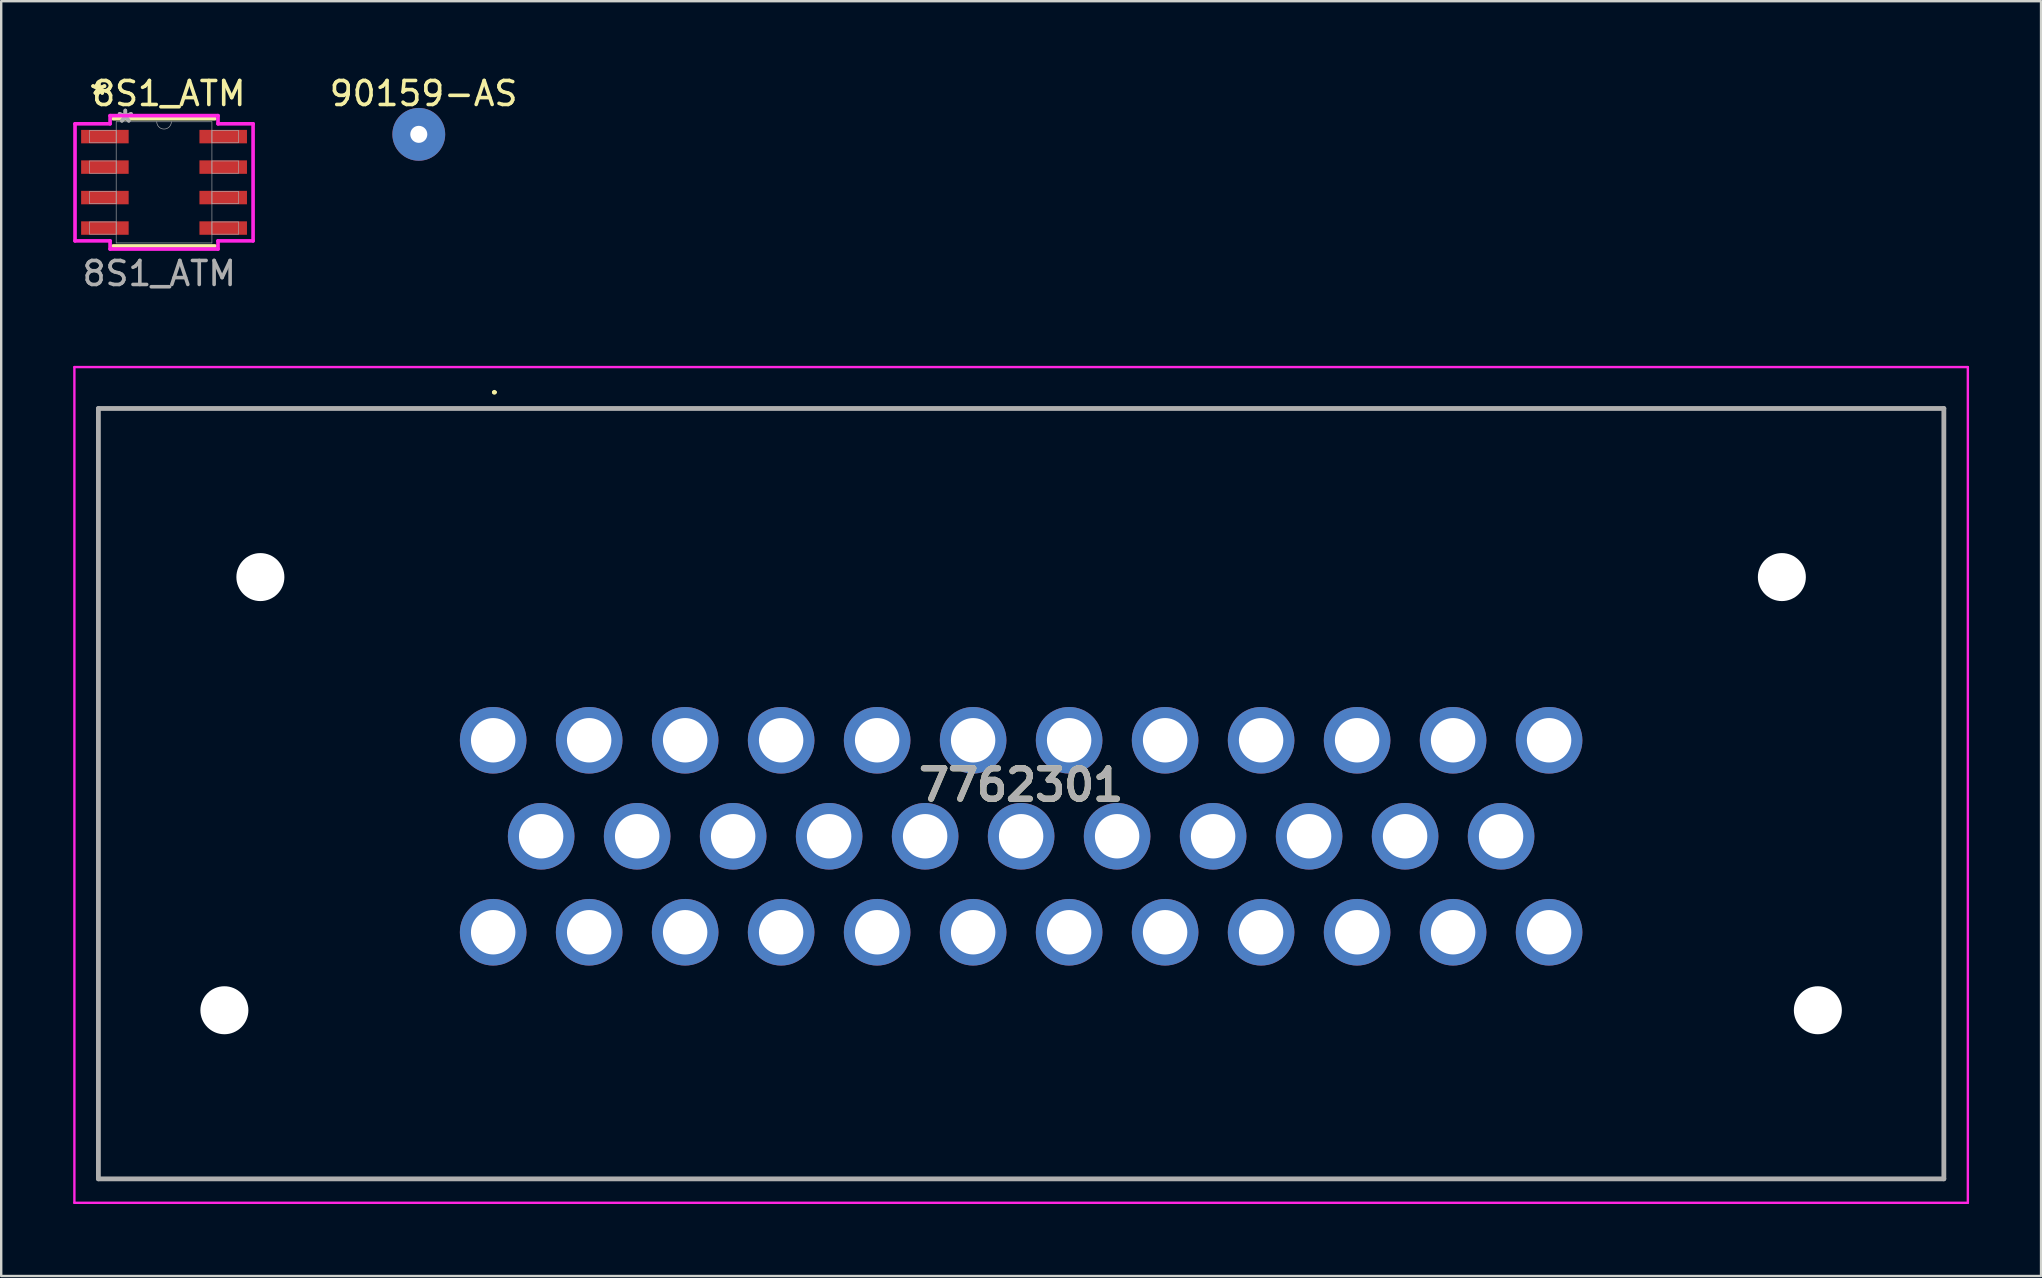
<source format=kicad_pcb>
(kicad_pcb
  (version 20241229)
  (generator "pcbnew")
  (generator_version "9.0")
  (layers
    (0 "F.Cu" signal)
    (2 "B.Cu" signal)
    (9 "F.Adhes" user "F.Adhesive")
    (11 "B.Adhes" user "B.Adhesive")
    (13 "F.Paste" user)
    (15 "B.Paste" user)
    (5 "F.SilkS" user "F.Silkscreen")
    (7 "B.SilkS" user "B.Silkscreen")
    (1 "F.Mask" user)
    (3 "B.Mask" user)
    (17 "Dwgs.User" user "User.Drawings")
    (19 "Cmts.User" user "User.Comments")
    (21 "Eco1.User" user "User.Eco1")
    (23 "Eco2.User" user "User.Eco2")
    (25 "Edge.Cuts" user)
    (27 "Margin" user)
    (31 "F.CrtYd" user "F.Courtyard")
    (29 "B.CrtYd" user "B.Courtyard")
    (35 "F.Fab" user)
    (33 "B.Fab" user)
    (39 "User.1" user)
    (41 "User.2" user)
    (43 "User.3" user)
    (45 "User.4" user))
  (footprint "7762301"
    (layer "F.Cu")
    (at 17.5 27.797)
    (property "Reference" "7762301" (at 22 1.862 0) (layer "F.SilkS") (effects (font (size 1.27 1.27) (thickness 0.254))))
    (attr through_hole)
    (fp_line (start -16.45 -13.825) (end 60.45 -13.825) (stroke (width 0.1) (type solid)) (layer "F.SilkS"))
    (fp_line (start -16.45 18.275) (end -16.45 -13.825) (stroke (width 0.1) (type solid)) (layer "F.SilkS"))
    (fp_line (start 0 -14.5) (end 0 -14.5) (stroke (width 0.1) (type solid)) (layer "F.SilkS"))
    (fp_line (start 0.1 -14.5) (end 0.1 -14.5) (stroke (width 0.1) (type solid)) (layer "F.SilkS"))
    (fp_line (start 60.45 -13.825) (end 60.45 18.275) (stroke (width 0.1) (type solid)) (layer "F.SilkS"))
    (fp_line (start 60.45 18.275) (end -16.45 18.275) (stroke (width 0.1) (type solid)) (layer "F.SilkS"))
    (fp_arc (start 0 -14.5) (mid 0.05 -14.55) (end 0.1 -14.5) (stroke (width 0.1) (type solid)) (layer "F.SilkS"))
    (fp_arc (start 0.1 -14.5) (mid 0.05 -14.45) (end 0 -14.5) (stroke (width 0.1) (type solid)) (layer "F.SilkS"))
    (fp_line (start -17.45 -15.55) (end 61.45 -15.55) (stroke (width 0.1) (type solid)) (layer "F.CrtYd"))
    (fp_line (start -17.45 19.275) (end -17.45 -15.55) (stroke (width 0.1) (type solid)) (layer "F.CrtYd"))
    (fp_line (start 61.45 -15.55) (end 61.45 19.275) (stroke (width 0.1) (type solid)) (layer "F.CrtYd"))
    (fp_line (start 61.45 19.275) (end -17.45 19.275) (stroke (width 0.1) (type solid)) (layer "F.CrtYd"))
    (fp_line (start -16.45 -13.825) (end 60.45 -13.825) (stroke (width 0.2) (type solid)) (layer "F.Fab"))
    (fp_line (start -16.45 18.275) (end -16.45 -13.825) (stroke (width 0.2) (type solid)) (layer "F.Fab"))
    (fp_line (start 60.45 -13.825) (end 60.45 18.275) (stroke (width 0.2) (type solid)) (layer "F.Fab"))
    (fp_line (start 60.45 18.275) (end -16.45 18.275) (stroke (width 0.2) (type solid)) (layer "F.Fab"))
    (fp_text user "${REFERENCE}" (at 22 1.862 0) (layer "F.Fab") (effects (font (size 1.27 1.27) (thickness 0.254))))
    (pad "" np_thru_hole circle (at -11.2 11.25) (size 2 2) (drill 2) (layers "*.Cu" "*.Mask"))
    (pad "" np_thru_hole circle (at -9.7 -6.8) (size 2 2) (drill 2) (layers "*.Cu" "*.Mask"))
    (pad "" np_thru_hole circle (at 53.7 -6.8) (size 2 2) (drill 2) (layers "*.Cu" "*.Mask"))
    (pad "" np_thru_hole circle (at 55.2 11.25) (size 2 2) (drill 2) (layers "*.Cu" "*.Mask"))
    (pad "1" thru_hole circle (at 0 0) (size 2.775 2.775) (drill 1.85) (layers "*.Cu" "*.Mask"))
    (pad "2" thru_hole circle (at 4 0) (size 2.775 2.775) (drill 1.85) (layers "*.Cu" "*.Mask"))
    (pad "3" thru_hole circle (at 8 0) (size 2.775 2.775) (drill 1.85) (layers "*.Cu" "*.Mask"))
    (pad "4" thru_hole circle (at 12 0) (size 2.775 2.775) (drill 1.85) (layers "*.Cu" "*.Mask"))
    (pad "5" thru_hole circle (at 16 0) (size 2.775 2.775) (drill 1.85) (layers "*.Cu" "*.Mask"))
    (pad "6" thru_hole circle (at 20 0) (size 2.775 2.775) (drill 1.85) (layers "*.Cu" "*.Mask"))
    (pad "7" thru_hole circle (at 24 0) (size 2.775 2.775) (drill 1.85) (layers "*.Cu" "*.Mask"))
    (pad "8" thru_hole circle (at 28 0) (size 2.775 2.775) (drill 1.85) (layers "*.Cu" "*.Mask"))
    (pad "9" thru_hole circle (at 32 0) (size 2.775 2.775) (drill 1.85) (layers "*.Cu" "*.Mask"))
    (pad "10" thru_hole circle (at 36 0) (size 2.775 2.775) (drill 1.85) (layers "*.Cu" "*.Mask"))
    (pad "11" thru_hole circle (at 40 0) (size 2.775 2.775) (drill 1.85) (layers "*.Cu" "*.Mask"))
    (pad "12" thru_hole circle (at 44 0) (size 2.775 2.775) (drill 1.85) (layers "*.Cu" "*.Mask"))
    (pad "13" thru_hole circle (at 2 4) (size 2.775 2.775) (drill 1.85) (layers "*.Cu" "*.Mask"))
    (pad "14" thru_hole circle (at 6 4) (size 2.775 2.775) (drill 1.85) (layers "*.Cu" "*.Mask"))
    (pad "15" thru_hole circle (at 10 4) (size 2.775 2.775) (drill 1.85) (layers "*.Cu" "*.Mask"))
    (pad "16" thru_hole circle (at 14 4) (size 2.775 2.775) (drill 1.85) (layers "*.Cu" "*.Mask"))
    (pad "17" thru_hole circle (at 18 4) (size 2.775 2.775) (drill 1.85) (layers "*.Cu" "*.Mask"))
    (pad "18" thru_hole circle (at 22 4) (size 2.775 2.775) (drill 1.85) (layers "*.Cu" "*.Mask"))
    (pad "19" thru_hole circle (at 26 4) (size 2.775 2.775) (drill 1.85) (layers "*.Cu" "*.Mask"))
    (pad "20" thru_hole circle (at 30 4) (size 2.775 2.775) (drill 1.85) (layers "*.Cu" "*.Mask"))
    (pad "21" thru_hole circle (at 34 4) (size 2.775 2.775) (drill 1.85) (layers "*.Cu" "*.Mask"))
    (pad "22" thru_hole circle (at 38 4) (size 2.775 2.775) (drill 1.85) (layers "*.Cu" "*.Mask"))
    (pad "23" thru_hole circle (at 42 4) (size 2.775 2.775) (drill 1.85) (layers "*.Cu" "*.Mask"))
    (pad "24" thru_hole circle (at 0 8) (size 2.775 2.775) (drill 1.85) (layers "*.Cu" "*.Mask"))
    (pad "25" thru_hole circle (at 4 8) (size 2.775 2.775) (drill 1.85) (layers "*.Cu" "*.Mask"))
    (pad "26" thru_hole circle (at 8 8) (size 2.775 2.775) (drill 1.85) (layers "*.Cu" "*.Mask"))
    (pad "27" thru_hole circle (at 12 8) (size 2.775 2.775) (drill 1.85) (layers "*.Cu" "*.Mask"))
    (pad "28" thru_hole circle (at 16 8) (size 2.775 2.775) (drill 1.85) (layers "*.Cu" "*.Mask"))
    (pad "29" thru_hole circle (at 20 8) (size 2.775 2.775) (drill 1.85) (layers "*.Cu" "*.Mask"))
    (pad "30" thru_hole circle (at 24 8) (size 2.775 2.775) (drill 1.85) (layers "*.Cu" "*.Mask"))
    (pad "31" thru_hole circle (at 28 8) (size 2.775 2.775) (drill 1.85) (layers "*.Cu" "*.Mask"))
    (pad "32" thru_hole circle (at 32 8) (size 2.775 2.775) (drill 1.85) (layers "*.Cu" "*.Mask"))
    (pad "33" thru_hole circle (at 36 8) (size 2.775 2.775) (drill 1.85) (layers "*.Cu" "*.Mask"))
    (pad "34" thru_hole circle (at 40 8) (size 2.775 2.775) (drill 1.85) (layers "*.Cu" "*.Mask"))
    (pad "35" thru_hole circle (at 44 8) (size 2.775 2.775) (drill 1.85) (layers "*.Cu" "*.Mask")))
  (footprint "8S1_ATM"
    (layer "F.Cu")
    (at 3.786 4.548)
    (property "Reference" "8S1_ATM" (at 0.2 -3.7 0) (unlocked yes) (layer "F.SilkS") (effects (font (size 1 1) (thickness 0.15))))
    (attr smd)
    (fp_line (start -2.122 2.652) (end 2.122 2.652) (stroke (width 0.152) (type solid)) (layer "F.SilkS"))
    (fp_line (start 2.122 -2.652) (end -2.122 -2.652) (stroke (width 0.152) (type solid)) (layer "F.SilkS"))
    (fp_line (start -3.71 -2.439) (end -2.249 -2.439) (stroke (width 0.152) (type solid)) (layer "F.CrtYd"))
    (fp_line (start -3.71 2.439) (end -3.71 -2.439) (stroke (width 0.152) (type solid)) (layer "F.CrtYd"))
    (fp_line (start -3.71 2.439) (end -2.249 2.439) (stroke (width 0.152) (type solid)) (layer "F.CrtYd"))
    (fp_line (start -2.249 -2.779) (end 2.249 -2.779) (stroke (width 0.152) (type solid)) (layer "F.CrtYd"))
    (fp_line (start -2.249 -2.439) (end -2.249 -2.779) (stroke (width 0.152) (type solid)) (layer "F.CrtYd"))
    (fp_line (start -2.249 2.779) (end -2.249 2.439) (stroke (width 0.152) (type solid)) (layer "F.CrtYd"))
    (fp_line (start 2.249 -2.779) (end 2.249 -2.439) (stroke (width 0.152) (type solid)) (layer "F.CrtYd"))
    (fp_line (start 2.249 2.439) (end 2.249 2.779) (stroke (width 0.152) (type solid)) (layer "F.CrtYd"))
    (fp_line (start 2.249 2.779) (end -2.249 2.779) (stroke (width 0.152) (type solid)) (layer "F.CrtYd"))
    (fp_line (start 3.71 -2.439) (end 2.249 -2.439) (stroke (width 0.152) (type solid)) (layer "F.CrtYd"))
    (fp_line (start 3.71 -2.439) (end 3.71 2.439) (stroke (width 0.152) (type solid)) (layer "F.CrtYd"))
    (fp_line (start 3.71 2.439) (end 2.249 2.439) (stroke (width 0.152) (type solid)) (layer "F.CrtYd"))
    (fp_line (start -3.1 -2.16) (end -3.1 -1.65) (stroke (width 0.025) (type solid)) (layer "F.Fab"))
    (fp_line (start -3.1 -1.65) (end -1.995 -1.65) (stroke (width 0.025) (type solid)) (layer "F.Fab"))
    (fp_line (start -3.1 -0.89) (end -3.1 -0.38) (stroke (width 0.025) (type solid)) (layer "F.Fab"))
    (fp_line (start -3.1 -0.38) (end -1.995 -0.38) (stroke (width 0.025) (type solid)) (layer "F.Fab"))
    (fp_line (start -3.1 0.38) (end -3.1 0.89) (stroke (width 0.025) (type solid)) (layer "F.Fab"))
    (fp_line (start -3.1 0.89) (end -1.995 0.89) (stroke (width 0.025) (type solid)) (layer "F.Fab"))
    (fp_line (start -3.1 1.65) (end -3.1 2.16) (stroke (width 0.025) (type solid)) (layer "F.Fab"))
    (fp_line (start -3.1 2.16) (end -1.995 2.16) (stroke (width 0.025) (type solid)) (layer "F.Fab"))
    (fp_line (start -1.995 -2.525) (end -1.995 2.525) (stroke (width 0.025) (type solid)) (layer "F.Fab"))
    (fp_line (start -1.995 -2.16) (end -3.1 -2.16) (stroke (width 0.025) (type solid)) (layer "F.Fab"))
    (fp_line (start -1.995 -1.65) (end -1.995 -2.16) (stroke (width 0.025) (type solid)) (layer "F.Fab"))
    (fp_line (start -1.995 -0.89) (end -3.1 -0.89) (stroke (width 0.025) (type solid)) (layer "F.Fab"))
    (fp_line (start -1.995 -0.38) (end -1.995 -0.89) (stroke (width 0.025) (type solid)) (layer "F.Fab"))
    (fp_line (start -1.995 0.38) (end -3.1 0.38) (stroke (width 0.025) (type solid)) (layer "F.Fab"))
    (fp_line (start -1.995 0.89) (end -1.995 0.38) (stroke (width 0.025) (type solid)) (layer "F.Fab"))
    (fp_line (start -1.995 1.65) (end -3.1 1.65) (stroke (width 0.025) (type solid)) (layer "F.Fab"))
    (fp_line (start -1.995 2.16) (end -1.995 1.65) (stroke (width 0.025) (type solid)) (layer "F.Fab"))
    (fp_line (start -1.995 2.525) (end 1.995 2.525) (stroke (width 0.025) (type solid)) (layer "F.Fab"))
    (fp_line (start 1.995 -2.525) (end -1.995 -2.525) (stroke (width 0.025) (type solid)) (layer "F.Fab"))
    (fp_line (start 1.995 -2.16) (end 1.995 -1.65) (stroke (width 0.025) (type solid)) (layer "F.Fab"))
    (fp_line (start 1.995 -1.65) (end 3.1 -1.65) (stroke (width 0.025) (type solid)) (layer "F.Fab"))
    (fp_line (start 1.995 -0.89) (end 1.995 -0.38) (stroke (width 0.025) (type solid)) (layer "F.Fab"))
    (fp_line (start 1.995 -0.38) (end 3.1 -0.38) (stroke (width 0.025) (type solid)) (layer "F.Fab"))
    (fp_line (start 1.995 0.38) (end 1.995 0.89) (stroke (width 0.025) (type solid)) (layer "F.Fab"))
    (fp_line (start 1.995 0.89) (end 3.1 0.89) (stroke (width 0.025) (type solid)) (layer "F.Fab"))
    (fp_line (start 1.995 1.65) (end 1.995 2.16) (stroke (width 0.025) (type solid)) (layer "F.Fab"))
    (fp_line (start 1.995 2.16) (end 3.1 2.16) (stroke (width 0.025) (type solid)) (layer "F.Fab"))
    (fp_line (start 1.995 2.525) (end 1.995 -2.525) (stroke (width 0.025) (type solid)) (layer "F.Fab"))
    (fp_line (start 3.1 -2.16) (end 1.995 -2.16) (stroke (width 0.025) (type solid)) (layer "F.Fab"))
    (fp_line (start 3.1 -1.65) (end 3.1 -2.16) (stroke (width 0.025) (type solid)) (layer "F.Fab"))
    (fp_line (start 3.1 -0.89) (end 1.995 -0.89) (stroke (width 0.025) (type solid)) (layer "F.Fab"))
    (fp_line (start 3.1 -0.38) (end 3.1 -0.89) (stroke (width 0.025) (type solid)) (layer "F.Fab"))
    (fp_line (start 3.1 0.38) (end 1.995 0.38) (stroke (width 0.025) (type solid)) (layer "F.Fab"))
    (fp_line (start 3.1 0.89) (end 3.1 0.38) (stroke (width 0.025) (type solid)) (layer "F.Fab"))
    (fp_line (start 3.1 1.65) (end 1.995 1.65) (stroke (width 0.025) (type solid)) (layer "F.Fab"))
    (fp_line (start 3.1 2.16) (end 3.1 1.65) (stroke (width 0.025) (type solid)) (layer "F.Fab"))
    (fp_arc (start 0.3048 -2.525) (mid 0 -2.2202) (end -0.3048 -2.525) (stroke (width 0.0254) (type solid)) (layer "F.Fab"))
    (fp_text user "*" (at -2.719 -3.609 0) (layer "F.SilkS") (effects (font (size 1 1) (thickness 0.15))))
    (fp_text user "*" (at -2.719 -3.609 0) (unlocked yes) (layer "F.SilkS") (effects (font (size 1 1) (thickness 0.15))))
    (fp_text user "${REFERENCE}" (at -0.2 3.8 0) (unlocked yes) (layer "F.Fab") (effects (font (size 1 1) (thickness 0.15))))
    (fp_text user "*" (at -1.614 -2.449 0) (unlocked yes) (layer "F.Fab") (effects (font (size 1 1) (thickness 0.15))))
    (fp_text user "*" (at -1.614 -2.449 0) (layer "F.Fab") (effects (font (size 1 1) (thickness 0.15))))
    (pad "1" smd rect (at -2.465 -1.905) (size 1.981 0.561) (layers "F.Cu" "F.Mask" "F.Paste"))
    (pad "2" smd rect (at -2.465 -0.635) (size 1.981 0.561) (layers "F.Cu" "F.Mask" "F.Paste"))
    (pad "3" smd rect (at -2.465 0.635) (size 1.981 0.561) (layers "F.Cu" "F.Mask" "F.Paste"))
    (pad "4" smd rect (at -2.465 1.905) (size 1.981 0.561) (layers "F.Cu" "F.Mask" "F.Paste"))
    (pad "5" smd rect (at 2.465 1.905) (size 1.981 0.561) (layers "F.Cu" "F.Mask" "F.Paste"))
    (pad "6" smd rect (at 2.465 0.635) (size 1.981 0.561) (layers "F.Cu" "F.Mask" "F.Paste"))
    (pad "7" smd rect (at 2.465 -0.635) (size 1.981 0.561) (layers "F.Cu" "F.Mask" "F.Paste"))
    (pad "8" smd rect (at 2.465 -1.905) (size 1.981 0.561) (layers "F.Cu" "F.Mask" "F.Paste")))
  (footprint "90159-AS"
    (layer "F.Cu")
    (at 14.401 2.548)
    (property "Reference" "90159-AS" (at 0.2 -1.7 0) (unlocked yes) (layer "F.SilkS") (effects (font (size 1 1) (thickness 0.15))))
    (attr through_hole)
    (pad "1" thru_hole circle (at 0 0) (size 2.2 2.2) (drill 0.71) (layers "*.Cu" "*.Mask")))
  (gr_rect
    (start -3 -3)
    (end 82 50.121)
    (stroke (width 0.1) (type default))
    (fill no)
    (layer "Edge.Cuts")))
</source>
